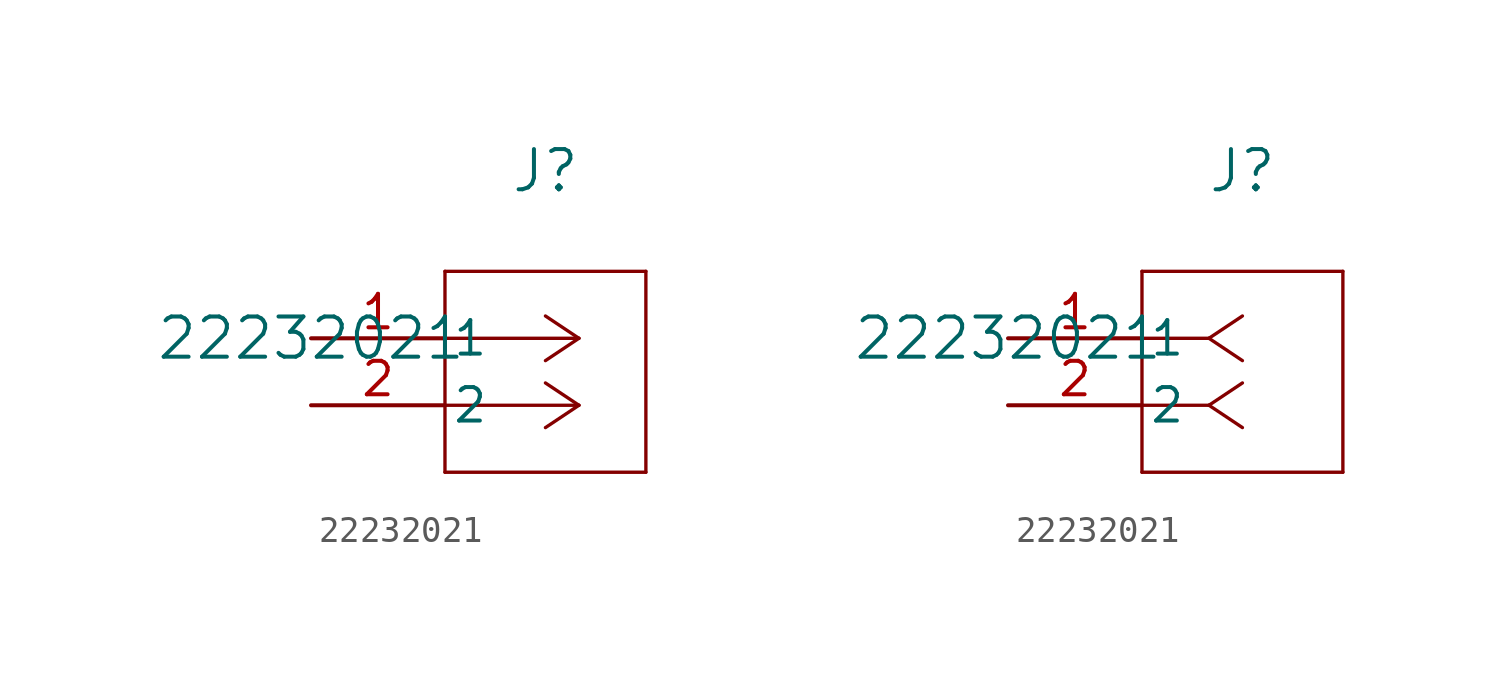
<source format=kicad_sym>
(kicad_symbol_lib
  (version 20211014)
  (generator kicad_symbol_editor)
  (symbol "22232021"
    (pin_names
      (offset 0.254))
    (property "Reference" "J"
      (at 8.89 6.35 0)
      (effects (font (size 1.524 1.524))))
    (property "Value" "22232021"
      (at 0 0 0)
      (effects (font (size 1.524 1.524))))
    (symbol "22232021_1_1"
      (polyline (pts (xy 10.16 0) (xy 5.08 0)) (stroke (width 0.127) (type default) (color 0 0 0 0)) (fill (type none)))
      (polyline (pts (xy 10.16 -2.54) (xy 5.08 -2.54)) (stroke (width 0.127) (type default) (color 0 0 0 0)) (fill (type none)))
      (polyline (pts (xy 10.16 0) (xy 8.89 0.847)) (stroke (width 0.127) (type default) (color 0 0 0 0)) (fill (type none)))
      (polyline (pts (xy 10.16 -2.54) (xy 8.89 -1.693)) (stroke (width 0.127) (type default) (color 0 0 0 0)) (fill (type none)))
      (polyline (pts (xy 10.16 0) (xy 8.89 -0.847)) (stroke (width 0.127) (type default) (color 0 0 0 0)) (fill (type none)))
      (polyline (pts (xy 10.16 -2.54) (xy 8.89 -3.387)) (stroke (width 0.127) (type default) (color 0 0 0 0)) (fill (type none)))
      (polyline (pts (xy 5.08 2.54) (xy 5.08 -5.08)) (stroke (width 0.127) (type default) (color 0 0 0 0)) (fill (type none)))
      (polyline (pts (xy 5.08 -5.08) (xy 12.7 -5.08)) (stroke (width 0.127) (type default) (color 0 0 0 0)) (fill (type none)))
      (polyline (pts (xy 12.7 -5.08) (xy 12.7 2.54)) (stroke (width 0.127) (type default) (color 0 0 0 0)) (fill (type none)))
      (polyline (pts (xy 12.7 2.54) (xy 5.08 2.54)) (stroke (width 0.127) (type default) (color 0 0 0 0)) (fill (type none)))
      (pin unspecified line (at 0 0 0) (length 5.08) (name "1" (effects (font (size 1.27 1.27)))) (number "1" (effects (font (size 1.27 1.27)))))
      (pin unspecified line (at 0 -2.54 0) (length 5.08) (name "2" (effects (font (size 1.27 1.27)))) (number "2" (effects (font (size 1.27 1.27))))))
    (symbol "22232021_1_2"
      (polyline (pts (xy 7.62 0) (xy 5.08 0)) (stroke (width 0.127) (type default) (color 0 0 0 0)) (fill (type none)))
      (polyline (pts (xy 7.62 -2.54) (xy 5.08 -2.54)) (stroke (width 0.127) (type default) (color 0 0 0 0)) (fill (type none)))
      (polyline (pts (xy 7.62 0) (xy 8.89 0.847)) (stroke (width 0.127) (type default) (color 0 0 0 0)) (fill (type none)))
      (polyline (pts (xy 7.62 -2.54) (xy 8.89 -1.693)) (stroke (width 0.127) (type default) (color 0 0 0 0)) (fill (type none)))
      (polyline (pts (xy 7.62 0) (xy 8.89 -0.847)) (stroke (width 0.127) (type default) (color 0 0 0 0)) (fill (type none)))
      (polyline (pts (xy 7.62 -2.54) (xy 8.89 -3.387)) (stroke (width 0.127) (type default) (color 0 0 0 0)) (fill (type none)))
      (polyline (pts (xy 5.08 2.54) (xy 5.08 -5.08)) (stroke (width 0.127) (type default) (color 0 0 0 0)) (fill (type none)))
      (polyline (pts (xy 5.08 -5.08) (xy 12.7 -5.08)) (stroke (width 0.127) (type default) (color 0 0 0 0)) (fill (type none)))
      (polyline (pts (xy 12.7 -5.08) (xy 12.7 2.54)) (stroke (width 0.127) (type default) (color 0 0 0 0)) (fill (type none)))
      (polyline (pts (xy 12.7 2.54) (xy 5.08 2.54)) (stroke (width 0.127) (type default) (color 0 0 0 0)) (fill (type none)))
      (pin unspecified line (at 0 0 0) (length 5.08) (name "1" (effects (font (size 1.27 1.27)))) (number "1" (effects (font (size 1.27 1.27)))))
      (pin unspecified line (at 0 -2.54 0) (length 5.08) (name "2" (effects (font (size 1.27 1.27)))) (number "2" (effects (font (size 1.27 1.27))))))))
</source>
